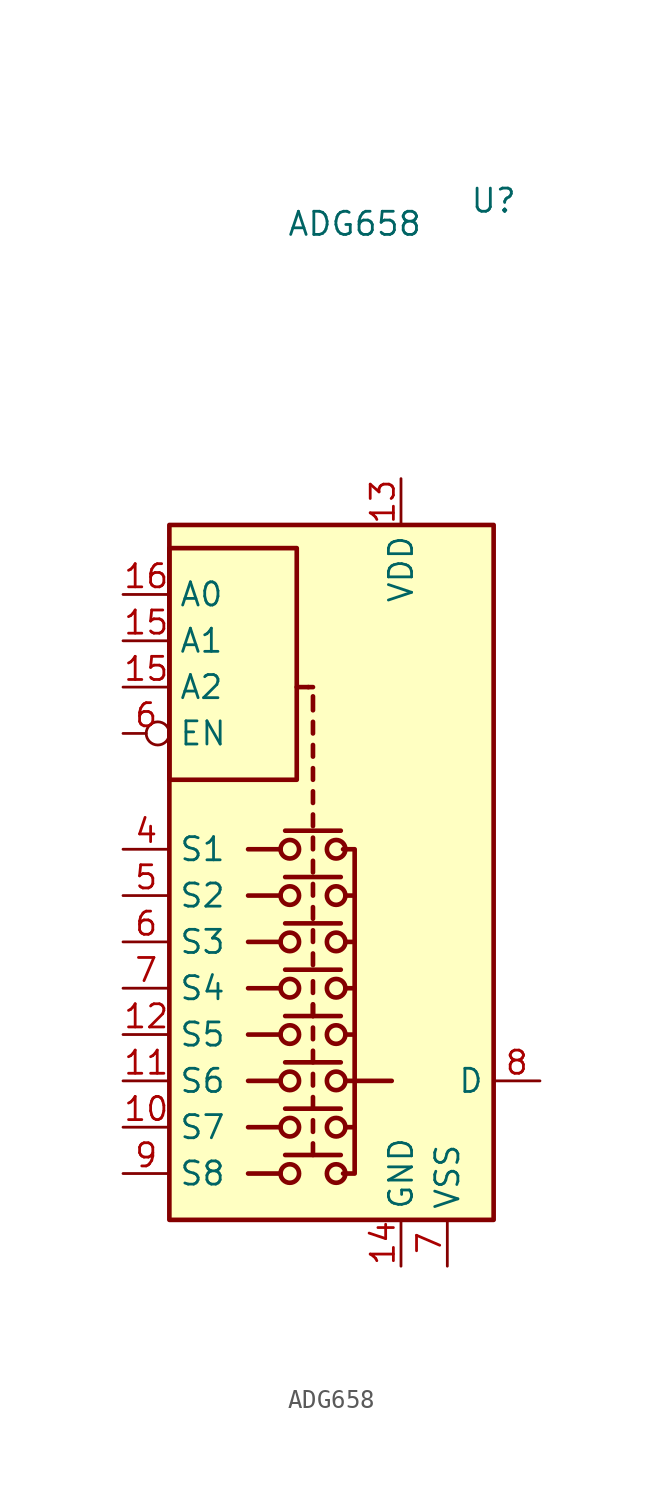
<source format=kicad_sym>
(kicad_symbol_lib
  (version 20211014)
  (generator kicad_symbol_editor)
  (symbol "ADG658"
    (property "Reference" "U"
      (at 8.89 38.1 0)
      (effects (font (size 1.27 1.27))))
    (property "Value" "ADG658"
      (at 1.27 36.83 0)
      (effects (font (size 1.27 1.27))))
    (symbol "ADG658_0_1"
      (rectangle (start -8.89 6.35) (end -1.905 19.05) (stroke (width 0.254) (type default) (color 0 0 0 0)) (fill (type none)))
      (rectangle (start -8.89 20.32) (end 8.89 -17.78) (stroke (width 0.254) (type default) (color 0 0 0 0)) (fill (type background)))
      (circle (center -2.286 -15.24) (radius 0.508) (stroke (width 0.254) (type default) (color 0 0 0 0)) (fill (type none)))
      (circle (center -2.286 -12.7) (radius 0.508) (stroke (width 0.254) (type default) (color 0 0 0 0)) (fill (type none)))
      (circle (center -2.286 -10.16) (radius 0.508) (stroke (width 0.254) (type default) (color 0 0 0 0)) (fill (type none)))
      (circle (center -2.286 -7.62) (radius 0.508) (stroke (width 0.254) (type default) (color 0 0 0 0)) (fill (type none)))
      (circle (center -2.286 -5.08) (radius 0.508) (stroke (width 0.254) (type default) (color 0 0 0 0)) (fill (type none)))
      (circle (center -2.286 -2.54) (radius 0.508) (stroke (width 0.254) (type default) (color 0 0 0 0)) (fill (type none)))
      (circle (center -2.286 0) (radius 0.508) (stroke (width 0.254) (type default) (color 0 0 0 0)) (fill (type none)))
      (circle (center -2.286 2.54) (radius 0.508) (stroke (width 0.254) (type default) (color 0 0 0 0)) (fill (type none)))
      (polyline (pts (xy -2.794 -15.24) (xy -4.572 -15.24)) (stroke (width 0.254) (type default) (color 0 0 0 0)) (fill (type none)))
      (polyline (pts (xy -2.794 -12.7) (xy -4.572 -12.7)) (stroke (width 0.254) (type default) (color 0 0 0 0)) (fill (type none)))
      (polyline (pts (xy -2.794 -10.16) (xy -4.572 -10.16)) (stroke (width 0.254) (type default) (color 0 0 0 0)) (fill (type none)))
      (polyline (pts (xy -2.794 -7.62) (xy -4.572 -7.62)) (stroke (width 0.254) (type default) (color 0 0 0 0)) (fill (type none)))
      (polyline (pts (xy -2.794 -5.08) (xy -4.572 -5.08)) (stroke (width 0.254) (type default) (color 0 0 0 0)) (fill (type none)))
      (polyline (pts (xy -2.794 -2.54) (xy -4.572 -2.54)) (stroke (width 0.254) (type default) (color 0 0 0 0)) (fill (type none)))
      (polyline (pts (xy -2.794 0) (xy -4.572 0)) (stroke (width 0.254) (type default) (color 0 0 0 0)) (fill (type none)))
      (polyline (pts (xy -2.794 2.54) (xy -4.572 2.54)) (stroke (width 0.254) (type default) (color 0 0 0 0)) (fill (type none)))
      (polyline (pts (xy -2.54 -14.224) (xy 0.508 -14.224)) (stroke (width 0.254) (type default) (color 0 0 0 0)) (fill (type none)))
      (polyline (pts (xy -2.54 -11.684) (xy 0.508 -11.684)) (stroke (width 0.254) (type default) (color 0 0 0 0)) (fill (type none)))
      (polyline (pts (xy -2.54 -9.144) (xy 0.508 -9.144)) (stroke (width 0.254) (type default) (color 0 0 0 0)) (fill (type none)))
      (polyline (pts (xy -2.54 -6.604) (xy 0.508 -6.604)) (stroke (width 0.254) (type default) (color 0 0 0 0)) (fill (type none)))
      (polyline (pts (xy -2.54 -4.064) (xy 0.508 -4.064)) (stroke (width 0.254) (type default) (color 0 0 0 0)) (fill (type none)))
      (polyline (pts (xy -2.54 -1.524) (xy 0.508 -1.524)) (stroke (width 0.254) (type default) (color 0 0 0 0)) (fill (type none)))
      (polyline (pts (xy -2.54 1.016) (xy 0.508 1.016)) (stroke (width 0.254) (type default) (color 0 0 0 0)) (fill (type none)))
      (polyline (pts (xy -2.54 3.556) (xy 0.508 3.556)) (stroke (width 0.254) (type default) (color 0 0 0 0)) (fill (type none)))
      (polyline (pts (xy -1.905 11.43) (xy -1.27 11.43)) (stroke (width 0.254) (type default) (color 0 0 0 0)) (fill (type none)))
      (polyline (pts (xy -1.016 -14.224) (xy -1.016 -13.589)) (stroke (width 0.254) (type default) (color 0 0 0 0)) (fill (type none)))
      (polyline (pts (xy -1.016 -12.954) (xy -1.016 -12.319)) (stroke (width 0.254) (type default) (color 0 0 0 0)) (fill (type none)))
      (polyline (pts (xy -1.016 -11.684) (xy -1.016 -11.049)) (stroke (width 0.254) (type default) (color 0 0 0 0)) (fill (type none)))
      (polyline (pts (xy -1.016 -10.414) (xy -1.016 -9.779)) (stroke (width 0.254) (type default) (color 0 0 0 0)) (fill (type none)))
      (polyline (pts (xy -1.016 -9.144) (xy -1.016 -8.509)) (stroke (width 0.254) (type default) (color 0 0 0 0)) (fill (type none)))
      (polyline (pts (xy -1.016 -7.874) (xy -1.016 -7.239)) (stroke (width 0.254) (type default) (color 0 0 0 0)) (fill (type none)))
      (polyline (pts (xy -1.016 -6.604) (xy -1.016 -5.969)) (stroke (width 0.254) (type default) (color 0 0 0 0)) (fill (type none)))
      (polyline (pts (xy -1.016 -6.604) (xy -1.016 -5.969)) (stroke (width 0.254) (type default) (color 0 0 0 0)) (fill (type none)))
      (polyline (pts (xy -1.016 -5.334) (xy -1.016 -4.699)) (stroke (width 0.254) (type default) (color 0 0 0 0)) (fill (type none)))
      (polyline (pts (xy -1.016 -3.81) (xy -1.016 -3.175)) (stroke (width 0.254) (type default) (color 0 0 0 0)) (fill (type none)))
      (polyline (pts (xy -1.016 -2.54) (xy -1.016 -1.905)) (stroke (width 0.254) (type default) (color 0 0 0 0)) (fill (type none)))
      (polyline (pts (xy -1.016 -1.27) (xy -1.016 -0.635)) (stroke (width 0.254) (type default) (color 0 0 0 0)) (fill (type none)))
      (polyline (pts (xy -1.016 0) (xy -1.016 0.635)) (stroke (width 0.254) (type default) (color 0 0 0 0)) (fill (type none)))
      (polyline (pts (xy -1.016 1.27) (xy -1.016 1.905)) (stroke (width 0.254) (type default) (color 0 0 0 0)) (fill (type none)))
      (polyline (pts (xy -1.016 2.54) (xy -1.016 3.175)) (stroke (width 0.254) (type default) (color 0 0 0 0)) (fill (type none)))
      (polyline (pts (xy -1.016 3.81) (xy -1.016 4.445)) (stroke (width 0.254) (type default) (color 0 0 0 0)) (fill (type none)))
      (polyline (pts (xy -1.016 5.08) (xy -1.016 5.715)) (stroke (width 0.254) (type default) (color 0 0 0 0)) (fill (type none)))
      (polyline (pts (xy -1.016 6.35) (xy -1.016 6.985)) (stroke (width 0.254) (type default) (color 0 0 0 0)) (fill (type none)))
      (polyline (pts (xy -1.016 7.62) (xy -1.016 8.255)) (stroke (width 0.254) (type default) (color 0 0 0 0)) (fill (type none)))
      (polyline (pts (xy -1.016 8.89) (xy -1.016 9.525)) (stroke (width 0.254) (type default) (color 0 0 0 0)) (fill (type none)))
      (polyline (pts (xy -1.016 10.16) (xy -1.016 10.922)) (stroke (width 0.254) (type default) (color 0 0 0 0)) (fill (type none)))
      (polyline (pts (xy -1.016 11.43) (xy -1.27 11.43)) (stroke (width 0.254) (type default) (color 0 0 0 0)) (fill (type none)))
      (polyline (pts (xy 0.762 -12.7) (xy 1.27 -12.7)) (stroke (width 0.254) (type default) (color 0 0 0 0)) (fill (type none)))
      (polyline (pts (xy 0.762 -10.16) (xy 1.27 -10.16)) (stroke (width 0.254) (type default) (color 0 0 0 0)) (fill (type none)))
      (polyline (pts (xy 0.762 -7.62) (xy 1.27 -7.62)) (stroke (width 0.254) (type default) (color 0 0 0 0)) (fill (type none)))
      (polyline (pts (xy 0.762 -5.08) (xy 1.27 -5.08)) (stroke (width 0.254) (type default) (color 0 0 0 0)) (fill (type none)))
      (polyline (pts (xy 0.762 -2.54) (xy 1.27 -2.54)) (stroke (width 0.254) (type default) (color 0 0 0 0)) (fill (type none)))
      (polyline (pts (xy 0.762 0) (xy 1.27 0)) (stroke (width 0.254) (type default) (color 0 0 0 0)) (fill (type none)))
      (polyline (pts (xy 3.302 -10.16) (xy 1.27 -10.16)) (stroke (width 0.254) (type default) (color 0 0 0 0)) (fill (type none)))
      (polyline (pts (xy 0.635 2.54) (xy 1.27 2.54) (xy 1.27 -15.24) (xy 0.635 -15.24)) (stroke (width 0.254) (type default) (color 0 0 0 0)) (fill (type none)))
      (circle (center 0.254 -15.24) (radius 0.508) (stroke (width 0.254) (type default) (color 0 0 0 0)) (fill (type none)))
      (circle (center 0.254 -12.7) (radius 0.508) (stroke (width 0.254) (type default) (color 0 0 0 0)) (fill (type none)))
      (circle (center 0.254 -10.16) (radius 0.508) (stroke (width 0.254) (type default) (color 0 0 0 0)) (fill (type none)))
      (circle (center 0.254 -7.62) (radius 0.508) (stroke (width 0.254) (type default) (color 0 0 0 0)) (fill (type none)))
      (circle (center 0.254 -5.08) (radius 0.508) (stroke (width 0.254) (type default) (color 0 0 0 0)) (fill (type none)))
      (circle (center 0.254 -2.54) (radius 0.508) (stroke (width 0.254) (type default) (color 0 0 0 0)) (fill (type none)))
      (circle (center 0.254 0) (radius 0.508) (stroke (width 0.254) (type default) (color 0 0 0 0)) (fill (type none)))
      (circle (center 0.254 2.54) (radius 0.508) (stroke (width 0.254) (type default) (color 0 0 0 0)) (fill (type none))))
    (symbol "ADG658_1_1"
      (pin bidirectional line (at -11.43 -12.7 0) (length 2.54) (name "S7" (effects (font (size 1.27 1.27)))) (number "10" (effects (font (size 1.27 1.27)))))
      (pin bidirectional line (at -11.43 -10.16 0) (length 2.54) (name "S6" (effects (font (size 1.27 1.27)))) (number "11" (effects (font (size 1.27 1.27)))))
      (pin bidirectional line (at -11.43 -7.62 0) (length 2.54) (name "S5" (effects (font (size 1.27 1.27)))) (number "12" (effects (font (size 1.27 1.27)))))
      (pin power_in line (at 3.81 22.86 270) (length 2.54) (name "VDD" (effects (font (size 1.27 1.27)))) (number "13" (effects (font (size 1.27 1.27)))))
      (pin power_in line (at 3.81 -20.32 90) (length 2.54) (name "GND" (effects (font (size 1.27 1.27)))) (number "14" (effects (font (size 1.27 1.27)))))
      (pin input line (at -11.43 13.97 0) (length 2.54) (name "A1" (effects (font (size 1.27 1.27)))) (number "15" (effects (font (size 1.27 1.27)))))
      (pin input line (at -11.43 11.43 0) (length 2.54) (name "A2" (effects (font (size 1.27 1.27)))) (number "15" (effects (font (size 1.27 1.27)))))
      (pin input line (at -11.43 16.51 0) (length 2.54) (name "A0" (effects (font (size 1.27 1.27)))) (number "16" (effects (font (size 1.27 1.27)))))
      (pin bidirectional line (at -11.43 2.54 0) (length 2.54) (name "S1" (effects (font (size 1.27 1.27)))) (number "4" (effects (font (size 1.27 1.27)))))
      (pin bidirectional line (at -11.43 0 0) (length 2.54) (name "S2" (effects (font (size 1.27 1.27)))) (number "5" (effects (font (size 1.27 1.27)))))
      (pin input inverted (at -11.43 8.89 0) (length 2.54) (name "EN" (effects (font (size 1.27 1.27)))) (number "6" (effects (font (size 1.27 1.27)))))
      (pin bidirectional line (at -11.43 -2.54 0) (length 2.54) (name "S3" (effects (font (size 1.27 1.27)))) (number "6" (effects (font (size 1.27 1.27)))))
      (pin bidirectional line (at -11.43 -5.08 0) (length 2.54) (name "S4" (effects (font (size 1.27 1.27)))) (number "7" (effects (font (size 1.27 1.27)))))
      (pin power_in line (at 6.35 -20.32 90) (length 2.54) (name "VSS" (effects (font (size 1.27 1.27)))) (number "7" (effects (font (size 1.27 1.27)))))
      (pin bidirectional line (at 11.43 -10.16 180) (length 2.54) (name "D" (effects (font (size 1.27 1.27)))) (number "8" (effects (font (size 1.27 1.27)))))
      (pin bidirectional line (at -11.43 -15.24 0) (length 2.54) (name "S8" (effects (font (size 1.27 1.27)))) (number "9" (effects (font (size 1.27 1.27))))))))
</source>
